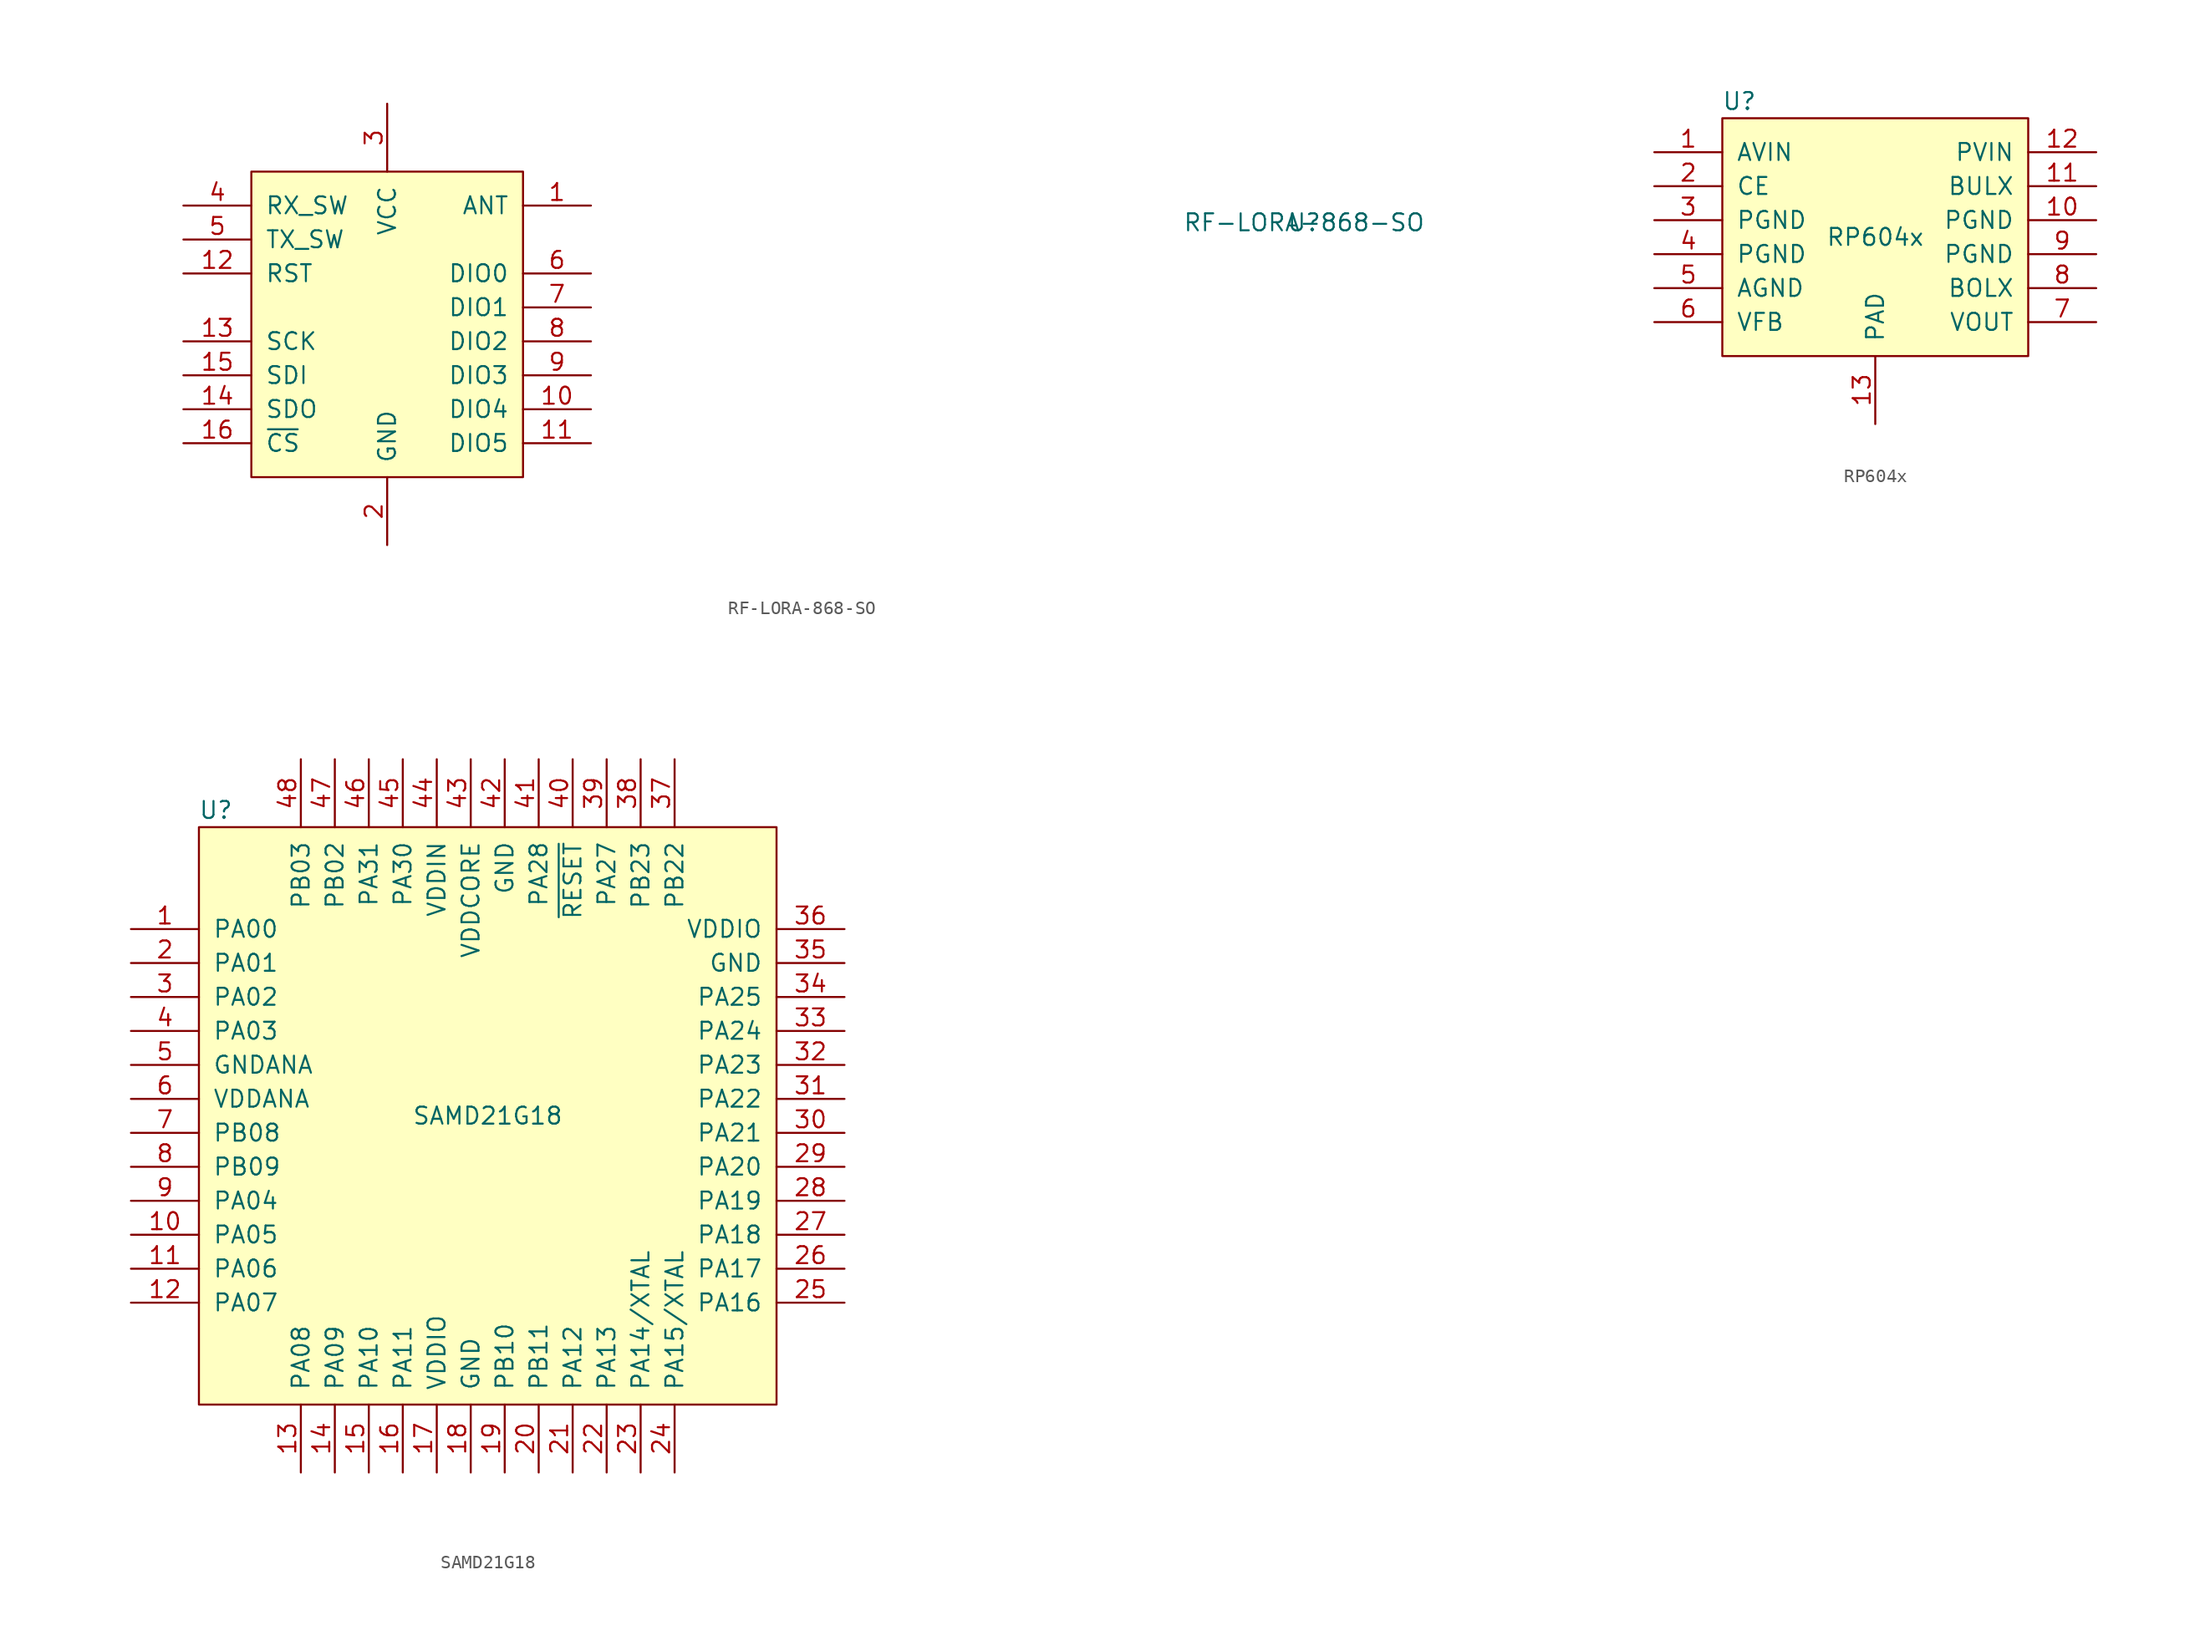
<source format=kicad_sym>
(kicad_symbol_lib
  (version 20211014)
  (generator kicad_symbol_editor)
  (symbol "RF-LORA-868-SO"
    (pin_names
      (offset 1.016))
    (property "Reference" "U"
      (at 68.58 7.62 0)
      (effects (font (size 1.27 1.27))))
    (property "Value" "RF-LORA-868-SO"
      (at 68.58 7.62 0)
      (effects (font (size 1.27 1.27))))
    (symbol "RF-LORA-868-SO_0_1"
      (rectangle (start -10.16 11.43) (end 10.16 -11.43) (stroke (width 0) (type default) (color 0 0 0 0)) (fill (type background))))
    (symbol "RF-LORA-868-SO_1_1"
      (pin bidirectional line (at 15.24 8.89 180) (length 5.08) (name "ANT" (effects (font (size 1.27 1.27)))) (number "1" (effects (font (size 1.27 1.27)))))
      (pin bidirectional line (at 15.24 -6.35 180) (length 5.08) (name "DIO4" (effects (font (size 1.27 1.27)))) (number "10" (effects (font (size 1.27 1.27)))))
      (pin bidirectional line (at 15.24 -8.89 180) (length 5.08) (name "DIO5" (effects (font (size 1.27 1.27)))) (number "11" (effects (font (size 1.27 1.27)))))
      (pin input line (at -15.24 3.81 0) (length 5.08) (name "RST" (effects (font (size 1.27 1.27)))) (number "12" (effects (font (size 1.27 1.27)))))
      (pin input line (at -15.24 -1.27 0) (length 5.08) (name "SCK" (effects (font (size 1.27 1.27)))) (number "13" (effects (font (size 1.27 1.27)))))
      (pin output line (at -15.24 -6.35 0) (length 5.08) (name "SDO" (effects (font (size 1.27 1.27)))) (number "14" (effects (font (size 1.27 1.27)))))
      (pin input line (at -15.24 -3.81 0) (length 5.08) (name "SDI" (effects (font (size 1.27 1.27)))) (number "15" (effects (font (size 1.27 1.27)))))
      (pin output line (at -15.24 -8.89 0) (length 5.08) (name "~{CS}" (effects (font (size 1.27 1.27)))) (number "16" (effects (font (size 1.27 1.27)))))
      (pin power_in line (at 0 -16.51 90) (length 5.08) (name "GND" (effects (font (size 1.27 1.27)))) (number "2" (effects (font (size 1.27 1.27)))))
      (pin power_in line (at 0 16.51 270) (length 5.08) (name "VCC" (effects (font (size 1.27 1.27)))) (number "3" (effects (font (size 1.27 1.27)))))
      (pin input line (at -15.24 8.89 0) (length 5.08) (name "RX_SW" (effects (font (size 1.27 1.27)))) (number "4" (effects (font (size 1.27 1.27)))))
      (pin input line (at -15.24 6.35 0) (length 5.08) (name "TX_SW" (effects (font (size 1.27 1.27)))) (number "5" (effects (font (size 1.27 1.27)))))
      (pin bidirectional line (at 15.24 3.81 180) (length 5.08) (name "DIO0" (effects (font (size 1.27 1.27)))) (number "6" (effects (font (size 1.27 1.27)))))
      (pin bidirectional line (at 15.24 1.27 180) (length 5.08) (name "DIO1" (effects (font (size 1.27 1.27)))) (number "7" (effects (font (size 1.27 1.27)))))
      (pin bidirectional line (at 15.24 -1.27 180) (length 5.08) (name "DIO2" (effects (font (size 1.27 1.27)))) (number "8" (effects (font (size 1.27 1.27)))))
      (pin bidirectional line (at 15.24 -3.81 180) (length 5.08) (name "DIO3" (effects (font (size 1.27 1.27)))) (number "9" (effects (font (size 1.27 1.27)))))))
  (symbol "RP604x"
    (pin_names
      (offset 1.016))
    (property "Reference" "U"
      (at -10.16 10.16 0)
      (effects (font (size 1.27 1.27))))
    (property "Value" "RP604x"
      (at 0 0 0)
      (effects (font (size 1.27 1.27))))
    (symbol "RP604x_0_1"
      (rectangle (start -11.43 8.89) (end 11.43 -8.89) (stroke (width 0) (type default) (color 0 0 0 0)) (fill (type background))))
    (symbol "RP604x_1_1"
      (pin power_in line (at -16.51 6.35 0) (length 5.08) (name "AVIN" (effects (font (size 1.27 1.27)))) (number "1" (effects (font (size 1.27 1.27)))))
      (pin power_in line (at 16.51 1.27 180) (length 5.08) (name "PGND" (effects (font (size 1.27 1.27)))) (number "10" (effects (font (size 1.27 1.27)))))
      (pin output line (at 16.51 3.81 180) (length 5.08) (name "BULX" (effects (font (size 1.27 1.27)))) (number "11" (effects (font (size 1.27 1.27)))))
      (pin power_in line (at 16.51 6.35 180) (length 5.08) (name "PVIN" (effects (font (size 1.27 1.27)))) (number "12" (effects (font (size 1.27 1.27)))))
      (pin passive line (at 0 -13.97 90) (length 5.08) (name "PAD" (effects (font (size 1.27 1.27)))) (number "13" (effects (font (size 1.27 1.27)))))
      (pin input line (at -16.51 3.81 0) (length 5.08) (name "CE" (effects (font (size 1.27 1.27)))) (number "2" (effects (font (size 1.27 1.27)))))
      (pin power_in line (at -16.51 1.27 0) (length 5.08) (name "PGND" (effects (font (size 1.27 1.27)))) (number "3" (effects (font (size 1.27 1.27)))))
      (pin power_in line (at -16.51 -1.27 0) (length 5.08) (name "PGND" (effects (font (size 1.27 1.27)))) (number "4" (effects (font (size 1.27 1.27)))))
      (pin power_in line (at -16.51 -3.81 0) (length 5.08) (name "AGND" (effects (font (size 1.27 1.27)))) (number "5" (effects (font (size 1.27 1.27)))))
      (pin input line (at -16.51 -6.35 0) (length 5.08) (name "VFB" (effects (font (size 1.27 1.27)))) (number "6" (effects (font (size 1.27 1.27)))))
      (pin power_out line (at 16.51 -6.35 180) (length 5.08) (name "VOUT" (effects (font (size 1.27 1.27)))) (number "7" (effects (font (size 1.27 1.27)))))
      (pin output line (at 16.51 -3.81 180) (length 5.08) (name "BOLX" (effects (font (size 1.27 1.27)))) (number "8" (effects (font (size 1.27 1.27)))))
      (pin power_in line (at 16.51 -1.27 180) (length 5.08) (name "PGND" (effects (font (size 1.27 1.27)))) (number "9" (effects (font (size 1.27 1.27)))))))
  (symbol "SAMD21G18"
    (pin_names
      (offset 1.016))
    (property "Reference" "U"
      (at -20.32 22.86 0)
      (effects (font (size 1.27 1.27))))
    (property "Value" "SAMD21G18"
      (at 0 0 0)
      (effects (font (size 1.27 1.27))))
    (symbol "SAMD21G18_0_1"
      (rectangle (start -21.59 21.59) (end 21.59 -21.59) (stroke (width 0) (type default) (color 0 0 0 0)) (fill (type background))))
    (symbol "SAMD21G18_1_1"
      (pin bidirectional line (at -26.67 13.97 0) (length 5.08) (name "PA00" (effects (font (size 1.27 1.27)))) (number "1" (effects (font (size 1.27 1.27)))))
      (pin bidirectional line (at -26.67 -8.89 0) (length 5.08) (name "PA05" (effects (font (size 1.27 1.27)))) (number "10" (effects (font (size 1.27 1.27)))))
      (pin bidirectional line (at -26.67 -11.43 0) (length 5.08) (name "PA06" (effects (font (size 1.27 1.27)))) (number "11" (effects (font (size 1.27 1.27)))))
      (pin bidirectional line (at -26.67 -13.97 0) (length 5.08) (name "PA07" (effects (font (size 1.27 1.27)))) (number "12" (effects (font (size 1.27 1.27)))))
      (pin bidirectional line (at -13.97 -26.67 90) (length 5.08) (name "PA08" (effects (font (size 1.27 1.27)))) (number "13" (effects (font (size 1.27 1.27)))))
      (pin bidirectional line (at -11.43 -26.67 90) (length 5.08) (name "PA09" (effects (font (size 1.27 1.27)))) (number "14" (effects (font (size 1.27 1.27)))))
      (pin bidirectional line (at -8.89 -26.67 90) (length 5.08) (name "PA10" (effects (font (size 1.27 1.27)))) (number "15" (effects (font (size 1.27 1.27)))))
      (pin bidirectional line (at -6.35 -26.67 90) (length 5.08) (name "PA11" (effects (font (size 1.27 1.27)))) (number "16" (effects (font (size 1.27 1.27)))))
      (pin power_in line (at -3.81 -26.67 90) (length 5.08) (name "VDDIO" (effects (font (size 1.27 1.27)))) (number "17" (effects (font (size 1.27 1.27)))))
      (pin power_in line (at -1.27 -26.67 90) (length 5.08) (name "GND" (effects (font (size 1.27 1.27)))) (number "18" (effects (font (size 1.27 1.27)))))
      (pin bidirectional line (at 1.27 -26.67 90) (length 5.08) (name "PB10" (effects (font (size 1.27 1.27)))) (number "19" (effects (font (size 1.27 1.27)))))
      (pin bidirectional line (at -26.67 11.43 0) (length 5.08) (name "PA01" (effects (font (size 1.27 1.27)))) (number "2" (effects (font (size 1.27 1.27)))))
      (pin bidirectional line (at 3.81 -26.67 90) (length 5.08) (name "PB11" (effects (font (size 1.27 1.27)))) (number "20" (effects (font (size 1.27 1.27)))))
      (pin bidirectional line (at 6.35 -26.67 90) (length 5.08) (name "PA12" (effects (font (size 1.27 1.27)))) (number "21" (effects (font (size 1.27 1.27)))))
      (pin bidirectional line (at 8.89 -26.67 90) (length 5.08) (name "PA13" (effects (font (size 1.27 1.27)))) (number "22" (effects (font (size 1.27 1.27)))))
      (pin bidirectional line (at 11.43 -26.67 90) (length 5.08) (name "PA14/XTAL" (effects (font (size 1.27 1.27)))) (number "23" (effects (font (size 1.27 1.27)))))
      (pin bidirectional line (at 13.97 -26.67 90) (length 5.08) (name "PA15/XTAL" (effects (font (size 1.27 1.27)))) (number "24" (effects (font (size 1.27 1.27)))))
      (pin bidirectional line (at 26.67 -13.97 180) (length 5.08) (name "PA16" (effects (font (size 1.27 1.27)))) (number "25" (effects (font (size 1.27 1.27)))))
      (pin bidirectional line (at 26.67 -11.43 180) (length 5.08) (name "PA17" (effects (font (size 1.27 1.27)))) (number "26" (effects (font (size 1.27 1.27)))))
      (pin bidirectional line (at 26.67 -8.89 180) (length 5.08) (name "PA18" (effects (font (size 1.27 1.27)))) (number "27" (effects (font (size 1.27 1.27)))))
      (pin bidirectional line (at 26.67 -6.35 180) (length 5.08) (name "PA19" (effects (font (size 1.27 1.27)))) (number "28" (effects (font (size 1.27 1.27)))))
      (pin bidirectional line (at 26.67 -3.81 180) (length 5.08) (name "PA20" (effects (font (size 1.27 1.27)))) (number "29" (effects (font (size 1.27 1.27)))))
      (pin bidirectional line (at -26.67 8.89 0) (length 5.08) (name "PA02" (effects (font (size 1.27 1.27)))) (number "3" (effects (font (size 1.27 1.27)))))
      (pin bidirectional line (at 26.67 -1.27 180) (length 5.08) (name "PA21" (effects (font (size 1.27 1.27)))) (number "30" (effects (font (size 1.27 1.27)))))
      (pin bidirectional line (at 26.67 1.27 180) (length 5.08) (name "PA22" (effects (font (size 1.27 1.27)))) (number "31" (effects (font (size 1.27 1.27)))))
      (pin bidirectional line (at 26.67 3.81 180) (length 5.08) (name "PA23" (effects (font (size 1.27 1.27)))) (number "32" (effects (font (size 1.27 1.27)))))
      (pin bidirectional line (at 26.67 6.35 180) (length 5.08) (name "PA24" (effects (font (size 1.27 1.27)))) (number "33" (effects (font (size 1.27 1.27)))))
      (pin bidirectional line (at 26.67 8.89 180) (length 5.08) (name "PA25" (effects (font (size 1.27 1.27)))) (number "34" (effects (font (size 1.27 1.27)))))
      (pin power_in line (at 26.67 11.43 180) (length 5.08) (name "GND" (effects (font (size 1.27 1.27)))) (number "35" (effects (font (size 1.27 1.27)))))
      (pin power_in line (at 26.67 13.97 180) (length 5.08) (name "VDDIO" (effects (font (size 1.27 1.27)))) (number "36" (effects (font (size 1.27 1.27)))))
      (pin bidirectional line (at 13.97 26.67 270) (length 5.08) (name "PB22" (effects (font (size 1.27 1.27)))) (number "37" (effects (font (size 1.27 1.27)))))
      (pin bidirectional line (at 11.43 26.67 270) (length 5.08) (name "PB23" (effects (font (size 1.27 1.27)))) (number "38" (effects (font (size 1.27 1.27)))))
      (pin bidirectional line (at 8.89 26.67 270) (length 5.08) (name "PA27" (effects (font (size 1.27 1.27)))) (number "39" (effects (font (size 1.27 1.27)))))
      (pin bidirectional line (at -26.67 6.35 0) (length 5.08) (name "PA03" (effects (font (size 1.27 1.27)))) (number "4" (effects (font (size 1.27 1.27)))))
      (pin input line (at 6.35 26.67 270) (length 5.08) (name "~{RESET}" (effects (font (size 1.27 1.27)))) (number "40" (effects (font (size 1.27 1.27)))))
      (pin bidirectional line (at 3.81 26.67 270) (length 5.08) (name "PA28" (effects (font (size 1.27 1.27)))) (number "41" (effects (font (size 1.27 1.27)))))
      (pin power_in line (at 1.27 26.67 270) (length 5.08) (name "GND" (effects (font (size 1.27 1.27)))) (number "42" (effects (font (size 1.27 1.27)))))
      (pin power_out line (at -1.27 26.67 270) (length 5.08) (name "VDDCORE" (effects (font (size 1.27 1.27)))) (number "43" (effects (font (size 1.27 1.27)))))
      (pin power_in line (at -3.81 26.67 270) (length 5.08) (name "VDDIN" (effects (font (size 1.27 1.27)))) (number "44" (effects (font (size 1.27 1.27)))))
      (pin bidirectional line (at -6.35 26.67 270) (length 5.08) (name "PA30" (effects (font (size 1.27 1.27)))) (number "45" (effects (font (size 1.27 1.27)))))
      (pin bidirectional line (at -8.89 26.67 270) (length 5.08) (name "PA31" (effects (font (size 1.27 1.27)))) (number "46" (effects (font (size 1.27 1.27)))))
      (pin bidirectional line (at -11.43 26.67 270) (length 5.08) (name "PB02" (effects (font (size 1.27 1.27)))) (number "47" (effects (font (size 1.27 1.27)))))
      (pin bidirectional line (at -13.97 26.67 270) (length 5.08) (name "PB03" (effects (font (size 1.27 1.27)))) (number "48" (effects (font (size 1.27 1.27)))))
      (pin power_in line (at -26.67 3.81 0) (length 5.08) (name "GNDANA" (effects (font (size 1.27 1.27)))) (number "5" (effects (font (size 1.27 1.27)))))
      (pin power_in line (at -26.67 1.27 0) (length 5.08) (name "VDDANA" (effects (font (size 1.27 1.27)))) (number "6" (effects (font (size 1.27 1.27)))))
      (pin bidirectional line (at -26.67 -1.27 0) (length 5.08) (name "PB08" (effects (font (size 1.27 1.27)))) (number "7" (effects (font (size 1.27 1.27)))))
      (pin bidirectional line (at -26.67 -3.81 0) (length 5.08) (name "PB09" (effects (font (size 1.27 1.27)))) (number "8" (effects (font (size 1.27 1.27)))))
      (pin bidirectional line (at -26.67 -6.35 0) (length 5.08) (name "PA04" (effects (font (size 1.27 1.27)))) (number "9" (effects (font (size 1.27 1.27))))))))
</source>
